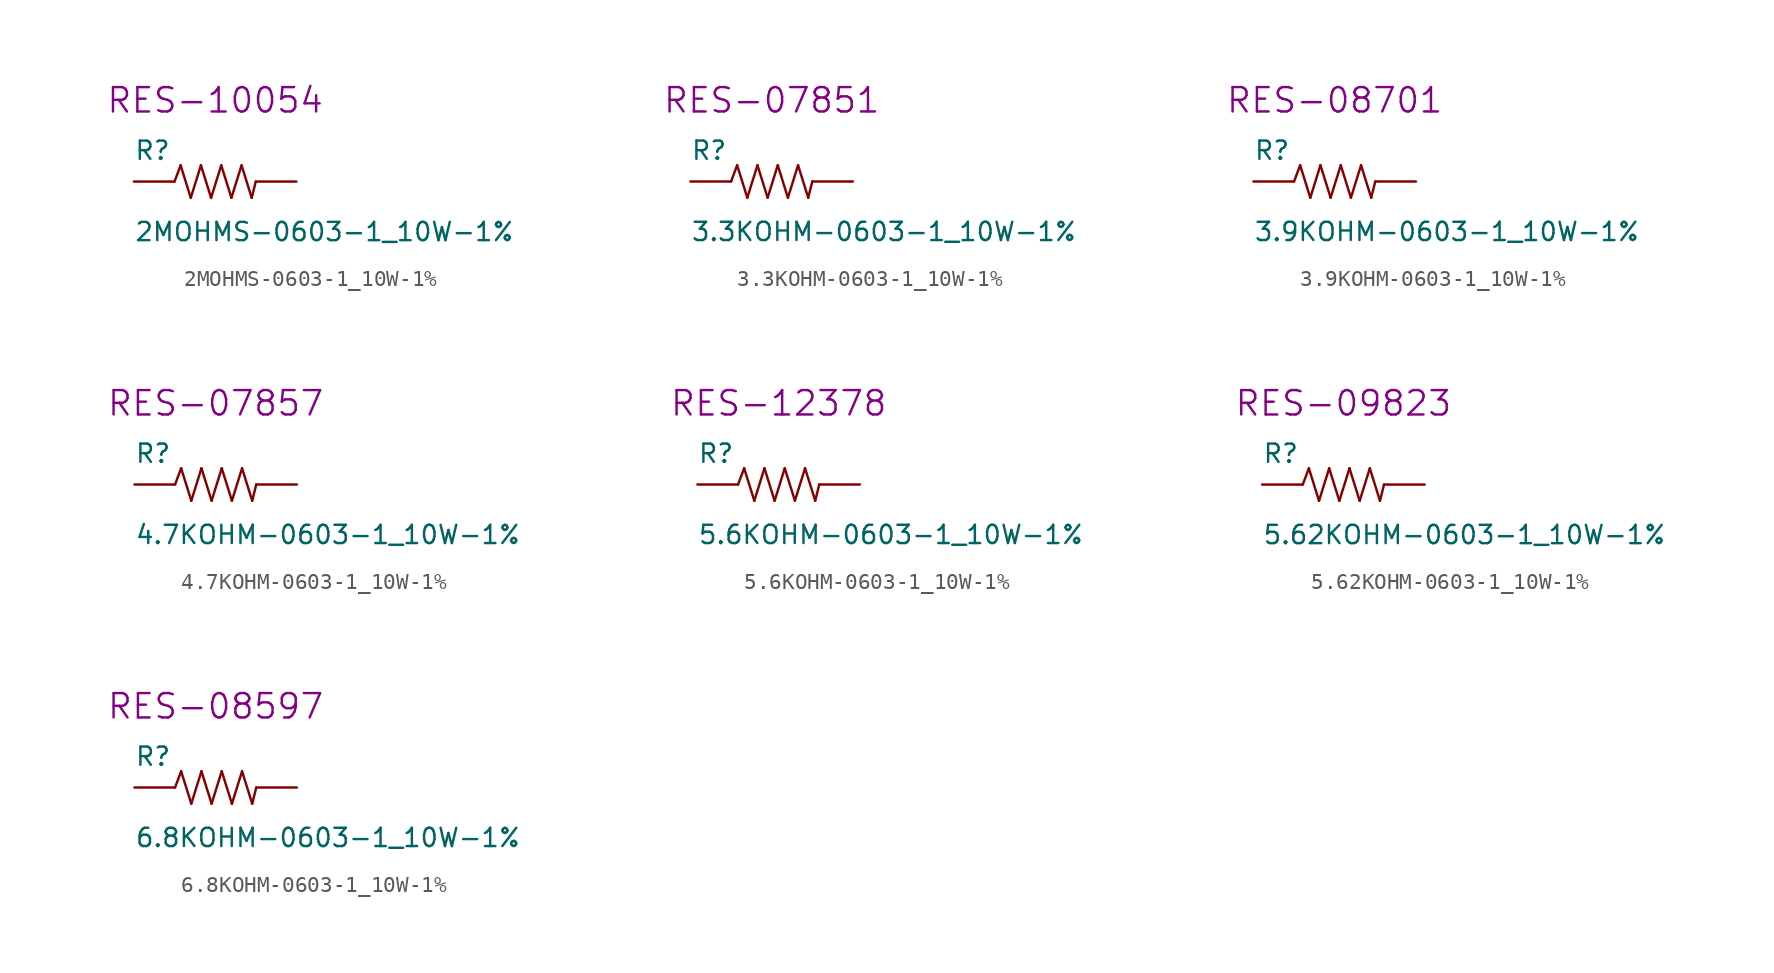
<source format=kicad_sym>
(kicad_symbol_lib
  (version 20211014)
  (generator kicad_symbol_editor)
  (symbol "2MOHMS-0603-1_10W-1%"
    (pin_numbers hide)
    (pin_names
      (offset 1.016) hide)
    (property "Reference" "R"
      (at -5.08 1.27 0)
      (effects (font (size 1.143 1.143)) (justify left bottom)))
    (property "Value" "2MOHMS-0603-1_10W-1%"
      (at -5.08 -3.81 0)
      (effects (font (size 1.143 1.143)) (justify left bottom)))
    (property "Field4" "RES-10054"
      (at 0 5.08 0)
      (effects (font (size 1.524 1.524))))
    (property "ki_locked" ""
      (at 0 0 0)
      (effects (font (size 1.27 1.27))))
    (symbol "2MOHMS-0603-1_10W-1%_1_0"
      (polyline (pts (xy -2.54 0) (xy -2.159 1.016)) (stroke (width 0) (type default) (color 0 0 0 0)) (fill (type none)))
      (polyline (pts (xy -2.159 1.016) (xy -1.524 -1.016)) (stroke (width 0) (type default) (color 0 0 0 0)) (fill (type none)))
      (polyline (pts (xy -1.524 -1.016) (xy -0.889 1.016)) (stroke (width 0) (type default) (color 0 0 0 0)) (fill (type none)))
      (polyline (pts (xy -0.889 1.016) (xy -0.254 -1.016)) (stroke (width 0) (type default) (color 0 0 0 0)) (fill (type none)))
      (polyline (pts (xy -0.254 -1.016) (xy 0.381 1.016)) (stroke (width 0) (type default) (color 0 0 0 0)) (fill (type none)))
      (polyline (pts (xy 0.381 1.016) (xy 1.016 -1.016)) (stroke (width 0) (type default) (color 0 0 0 0)) (fill (type none)))
      (polyline (pts (xy 1.016 -1.016) (xy 1.651 1.016)) (stroke (width 0) (type default) (color 0 0 0 0)) (fill (type none)))
      (polyline (pts (xy 1.651 1.016) (xy 2.286 -1.016)) (stroke (width 0) (type default) (color 0 0 0 0)) (fill (type none)))
      (polyline (pts (xy 2.286 -1.016) (xy 2.54 0)) (stroke (width 0) (type default) (color 0 0 0 0)) (fill (type none))))
    (symbol "2MOHMS-0603-1_10W-1%_1_1"
      (pin passive line (at -5.08 0 0) (length 2.54) (name "1" (effects (font (size 1.016 1.016)))) (number "1" (effects (font (size 1.016 1.016)))))
      (pin passive line (at 5.08 0 180) (length 2.54) (name "2" (effects (font (size 1.016 1.016)))) (number "2" (effects (font (size 1.016 1.016)))))))
  (symbol "3.3KOHM-0603-1_10W-1%"
    (pin_numbers hide)
    (pin_names
      (offset 1.016) hide)
    (property "Reference" "R"
      (at -5.08 1.27 0)
      (effects (font (size 1.143 1.143)) (justify left bottom)))
    (property "Value" "3.3KOHM-0603-1_10W-1%"
      (at -5.08 -3.81 0)
      (effects (font (size 1.143 1.143)) (justify left bottom)))
    (property "Field4" "RES-07851"
      (at 0 5.08 0)
      (effects (font (size 1.524 1.524))))
    (property "ki_locked" ""
      (at 0 0 0)
      (effects (font (size 1.27 1.27))))
    (symbol "3.3KOHM-0603-1_10W-1%_1_0"
      (polyline (pts (xy -2.54 0) (xy -2.159 1.016)) (stroke (width 0) (type default) (color 0 0 0 0)) (fill (type none)))
      (polyline (pts (xy -2.159 1.016) (xy -1.524 -1.016)) (stroke (width 0) (type default) (color 0 0 0 0)) (fill (type none)))
      (polyline (pts (xy -1.524 -1.016) (xy -0.889 1.016)) (stroke (width 0) (type default) (color 0 0 0 0)) (fill (type none)))
      (polyline (pts (xy -0.889 1.016) (xy -0.254 -1.016)) (stroke (width 0) (type default) (color 0 0 0 0)) (fill (type none)))
      (polyline (pts (xy -0.254 -1.016) (xy 0.381 1.016)) (stroke (width 0) (type default) (color 0 0 0 0)) (fill (type none)))
      (polyline (pts (xy 0.381 1.016) (xy 1.016 -1.016)) (stroke (width 0) (type default) (color 0 0 0 0)) (fill (type none)))
      (polyline (pts (xy 1.016 -1.016) (xy 1.651 1.016)) (stroke (width 0) (type default) (color 0 0 0 0)) (fill (type none)))
      (polyline (pts (xy 1.651 1.016) (xy 2.286 -1.016)) (stroke (width 0) (type default) (color 0 0 0 0)) (fill (type none)))
      (polyline (pts (xy 2.286 -1.016) (xy 2.54 0)) (stroke (width 0) (type default) (color 0 0 0 0)) (fill (type none))))
    (symbol "3.3KOHM-0603-1_10W-1%_1_1"
      (pin passive line (at -5.08 0 0) (length 2.54) (name "1" (effects (font (size 1.016 1.016)))) (number "1" (effects (font (size 1.016 1.016)))))
      (pin passive line (at 5.08 0 180) (length 2.54) (name "2" (effects (font (size 1.016 1.016)))) (number "2" (effects (font (size 1.016 1.016)))))))
  (symbol "3.9KOHM-0603-1_10W-1%"
    (pin_numbers hide)
    (pin_names
      (offset 1.016) hide)
    (property "Reference" "R"
      (at -5.08 1.27 0)
      (effects (font (size 1.143 1.143)) (justify left bottom)))
    (property "Value" "3.9KOHM-0603-1_10W-1%"
      (at -5.08 -3.81 0)
      (effects (font (size 1.143 1.143)) (justify left bottom)))
    (property "Field4" "RES-08701"
      (at 0 5.08 0)
      (effects (font (size 1.524 1.524))))
    (property "ki_locked" ""
      (at 0 0 0)
      (effects (font (size 1.27 1.27))))
    (symbol "3.9KOHM-0603-1_10W-1%_1_0"
      (polyline (pts (xy -2.54 0) (xy -2.159 1.016)) (stroke (width 0) (type default) (color 0 0 0 0)) (fill (type none)))
      (polyline (pts (xy -2.159 1.016) (xy -1.524 -1.016)) (stroke (width 0) (type default) (color 0 0 0 0)) (fill (type none)))
      (polyline (pts (xy -1.524 -1.016) (xy -0.889 1.016)) (stroke (width 0) (type default) (color 0 0 0 0)) (fill (type none)))
      (polyline (pts (xy -0.889 1.016) (xy -0.254 -1.016)) (stroke (width 0) (type default) (color 0 0 0 0)) (fill (type none)))
      (polyline (pts (xy -0.254 -1.016) (xy 0.381 1.016)) (stroke (width 0) (type default) (color 0 0 0 0)) (fill (type none)))
      (polyline (pts (xy 0.381 1.016) (xy 1.016 -1.016)) (stroke (width 0) (type default) (color 0 0 0 0)) (fill (type none)))
      (polyline (pts (xy 1.016 -1.016) (xy 1.651 1.016)) (stroke (width 0) (type default) (color 0 0 0 0)) (fill (type none)))
      (polyline (pts (xy 1.651 1.016) (xy 2.286 -1.016)) (stroke (width 0) (type default) (color 0 0 0 0)) (fill (type none)))
      (polyline (pts (xy 2.286 -1.016) (xy 2.54 0)) (stroke (width 0) (type default) (color 0 0 0 0)) (fill (type none))))
    (symbol "3.9KOHM-0603-1_10W-1%_1_1"
      (pin passive line (at -5.08 0 0) (length 2.54) (name "1" (effects (font (size 1.016 1.016)))) (number "1" (effects (font (size 1.016 1.016)))))
      (pin passive line (at 5.08 0 180) (length 2.54) (name "2" (effects (font (size 1.016 1.016)))) (number "2" (effects (font (size 1.016 1.016)))))))
  (symbol "4.7KOHM-0603-1_10W-1%"
    (pin_numbers hide)
    (pin_names
      (offset 1.016) hide)
    (property "Reference" "R"
      (at -5.08 1.27 0)
      (effects (font (size 1.143 1.143)) (justify left bottom)))
    (property "Value" "4.7KOHM-0603-1_10W-1%"
      (at -5.08 -3.81 0)
      (effects (font (size 1.143 1.143)) (justify left bottom)))
    (property "Field4" "RES-07857"
      (at 0 5.08 0)
      (effects (font (size 1.524 1.524))))
    (property "ki_locked" ""
      (at 0 0 0)
      (effects (font (size 1.27 1.27))))
    (symbol "4.7KOHM-0603-1_10W-1%_1_0"
      (polyline (pts (xy -2.54 0) (xy -2.159 1.016)) (stroke (width 0) (type default) (color 0 0 0 0)) (fill (type none)))
      (polyline (pts (xy -2.159 1.016) (xy -1.524 -1.016)) (stroke (width 0) (type default) (color 0 0 0 0)) (fill (type none)))
      (polyline (pts (xy -1.524 -1.016) (xy -0.889 1.016)) (stroke (width 0) (type default) (color 0 0 0 0)) (fill (type none)))
      (polyline (pts (xy -0.889 1.016) (xy -0.254 -1.016)) (stroke (width 0) (type default) (color 0 0 0 0)) (fill (type none)))
      (polyline (pts (xy -0.254 -1.016) (xy 0.381 1.016)) (stroke (width 0) (type default) (color 0 0 0 0)) (fill (type none)))
      (polyline (pts (xy 0.381 1.016) (xy 1.016 -1.016)) (stroke (width 0) (type default) (color 0 0 0 0)) (fill (type none)))
      (polyline (pts (xy 1.016 -1.016) (xy 1.651 1.016)) (stroke (width 0) (type default) (color 0 0 0 0)) (fill (type none)))
      (polyline (pts (xy 1.651 1.016) (xy 2.286 -1.016)) (stroke (width 0) (type default) (color 0 0 0 0)) (fill (type none)))
      (polyline (pts (xy 2.286 -1.016) (xy 2.54 0)) (stroke (width 0) (type default) (color 0 0 0 0)) (fill (type none))))
    (symbol "4.7KOHM-0603-1_10W-1%_1_1"
      (pin passive line (at -5.08 0 0) (length 2.54) (name "1" (effects (font (size 1.016 1.016)))) (number "1" (effects (font (size 1.016 1.016)))))
      (pin passive line (at 5.08 0 180) (length 2.54) (name "2" (effects (font (size 1.016 1.016)))) (number "2" (effects (font (size 1.016 1.016)))))))
  (symbol "5.6KOHM-0603-1_10W-1%"
    (pin_numbers hide)
    (pin_names
      (offset 1.016) hide)
    (property "Reference" "R"
      (at -5.08 1.27 0)
      (effects (font (size 1.143 1.143)) (justify left bottom)))
    (property "Value" "5.6KOHM-0603-1_10W-1%"
      (at -5.08 -3.81 0)
      (effects (font (size 1.143 1.143)) (justify left bottom)))
    (property "Field4" "RES-12378"
      (at 0 5.08 0)
      (effects (font (size 1.524 1.524))))
    (property "ki_locked" ""
      (at 0 0 0)
      (effects (font (size 1.27 1.27))))
    (symbol "5.6KOHM-0603-1_10W-1%_1_0"
      (polyline (pts (xy -2.54 0) (xy -2.159 1.016)) (stroke (width 0) (type default) (color 0 0 0 0)) (fill (type none)))
      (polyline (pts (xy -2.159 1.016) (xy -1.524 -1.016)) (stroke (width 0) (type default) (color 0 0 0 0)) (fill (type none)))
      (polyline (pts (xy -1.524 -1.016) (xy -0.889 1.016)) (stroke (width 0) (type default) (color 0 0 0 0)) (fill (type none)))
      (polyline (pts (xy -0.889 1.016) (xy -0.254 -1.016)) (stroke (width 0) (type default) (color 0 0 0 0)) (fill (type none)))
      (polyline (pts (xy -0.254 -1.016) (xy 0.381 1.016)) (stroke (width 0) (type default) (color 0 0 0 0)) (fill (type none)))
      (polyline (pts (xy 0.381 1.016) (xy 1.016 -1.016)) (stroke (width 0) (type default) (color 0 0 0 0)) (fill (type none)))
      (polyline (pts (xy 1.016 -1.016) (xy 1.651 1.016)) (stroke (width 0) (type default) (color 0 0 0 0)) (fill (type none)))
      (polyline (pts (xy 1.651 1.016) (xy 2.286 -1.016)) (stroke (width 0) (type default) (color 0 0 0 0)) (fill (type none)))
      (polyline (pts (xy 2.286 -1.016) (xy 2.54 0)) (stroke (width 0) (type default) (color 0 0 0 0)) (fill (type none))))
    (symbol "5.6KOHM-0603-1_10W-1%_1_1"
      (pin passive line (at -5.08 0 0) (length 2.54) (name "1" (effects (font (size 1.016 1.016)))) (number "1" (effects (font (size 1.016 1.016)))))
      (pin passive line (at 5.08 0 180) (length 2.54) (name "2" (effects (font (size 1.016 1.016)))) (number "2" (effects (font (size 1.016 1.016)))))))
  (symbol "5.62KOHM-0603-1_10W-1%"
    (pin_numbers hide)
    (pin_names
      (offset 1.016) hide)
    (property "Reference" "R"
      (at -5.08 1.27 0)
      (effects (font (size 1.143 1.143)) (justify left bottom)))
    (property "Value" "5.62KOHM-0603-1_10W-1%"
      (at -5.08 -3.81 0)
      (effects (font (size 1.143 1.143)) (justify left bottom)))
    (property "Field4" "RES-09823"
      (at 0 5.08 0)
      (effects (font (size 1.524 1.524))))
    (property "ki_locked" ""
      (at 0 0 0)
      (effects (font (size 1.27 1.27))))
    (symbol "5.62KOHM-0603-1_10W-1%_1_0"
      (polyline (pts (xy -2.54 0) (xy -2.159 1.016)) (stroke (width 0) (type default) (color 0 0 0 0)) (fill (type none)))
      (polyline (pts (xy -2.159 1.016) (xy -1.524 -1.016)) (stroke (width 0) (type default) (color 0 0 0 0)) (fill (type none)))
      (polyline (pts (xy -1.524 -1.016) (xy -0.889 1.016)) (stroke (width 0) (type default) (color 0 0 0 0)) (fill (type none)))
      (polyline (pts (xy -0.889 1.016) (xy -0.254 -1.016)) (stroke (width 0) (type default) (color 0 0 0 0)) (fill (type none)))
      (polyline (pts (xy -0.254 -1.016) (xy 0.381 1.016)) (stroke (width 0) (type default) (color 0 0 0 0)) (fill (type none)))
      (polyline (pts (xy 0.381 1.016) (xy 1.016 -1.016)) (stroke (width 0) (type default) (color 0 0 0 0)) (fill (type none)))
      (polyline (pts (xy 1.016 -1.016) (xy 1.651 1.016)) (stroke (width 0) (type default) (color 0 0 0 0)) (fill (type none)))
      (polyline (pts (xy 1.651 1.016) (xy 2.286 -1.016)) (stroke (width 0) (type default) (color 0 0 0 0)) (fill (type none)))
      (polyline (pts (xy 2.286 -1.016) (xy 2.54 0)) (stroke (width 0) (type default) (color 0 0 0 0)) (fill (type none))))
    (symbol "5.62KOHM-0603-1_10W-1%_1_1"
      (pin passive line (at -5.08 0 0) (length 2.54) (name "1" (effects (font (size 1.016 1.016)))) (number "1" (effects (font (size 1.016 1.016)))))
      (pin passive line (at 5.08 0 180) (length 2.54) (name "2" (effects (font (size 1.016 1.016)))) (number "2" (effects (font (size 1.016 1.016)))))))
  (symbol "6.8KOHM-0603-1_10W-1%"
    (pin_numbers hide)
    (pin_names
      (offset 1.016) hide)
    (property "Reference" "R"
      (at -5.08 1.27 0)
      (effects (font (size 1.143 1.143)) (justify left bottom)))
    (property "Value" "6.8KOHM-0603-1_10W-1%"
      (at -5.08 -3.81 0)
      (effects (font (size 1.143 1.143)) (justify left bottom)))
    (property "Field4" "RES-08597"
      (at 0 5.08 0)
      (effects (font (size 1.524 1.524))))
    (property "ki_locked" ""
      (at 0 0 0)
      (effects (font (size 1.27 1.27))))
    (symbol "6.8KOHM-0603-1_10W-1%_1_0"
      (polyline (pts (xy -2.54 0) (xy -2.159 1.016)) (stroke (width 0) (type default) (color 0 0 0 0)) (fill (type none)))
      (polyline (pts (xy -2.159 1.016) (xy -1.524 -1.016)) (stroke (width 0) (type default) (color 0 0 0 0)) (fill (type none)))
      (polyline (pts (xy -1.524 -1.016) (xy -0.889 1.016)) (stroke (width 0) (type default) (color 0 0 0 0)) (fill (type none)))
      (polyline (pts (xy -0.889 1.016) (xy -0.254 -1.016)) (stroke (width 0) (type default) (color 0 0 0 0)) (fill (type none)))
      (polyline (pts (xy -0.254 -1.016) (xy 0.381 1.016)) (stroke (width 0) (type default) (color 0 0 0 0)) (fill (type none)))
      (polyline (pts (xy 0.381 1.016) (xy 1.016 -1.016)) (stroke (width 0) (type default) (color 0 0 0 0)) (fill (type none)))
      (polyline (pts (xy 1.016 -1.016) (xy 1.651 1.016)) (stroke (width 0) (type default) (color 0 0 0 0)) (fill (type none)))
      (polyline (pts (xy 1.651 1.016) (xy 2.286 -1.016)) (stroke (width 0) (type default) (color 0 0 0 0)) (fill (type none)))
      (polyline (pts (xy 2.286 -1.016) (xy 2.54 0)) (stroke (width 0) (type default) (color 0 0 0 0)) (fill (type none))))
    (symbol "6.8KOHM-0603-1_10W-1%_1_1"
      (pin passive line (at -5.08 0 0) (length 2.54) (name "1" (effects (font (size 1.016 1.016)))) (number "1" (effects (font (size 1.016 1.016)))))
      (pin passive line (at 5.08 0 180) (length 2.54) (name "2" (effects (font (size 1.016 1.016)))) (number "2" (effects (font (size 1.016 1.016))))))))
</source>
